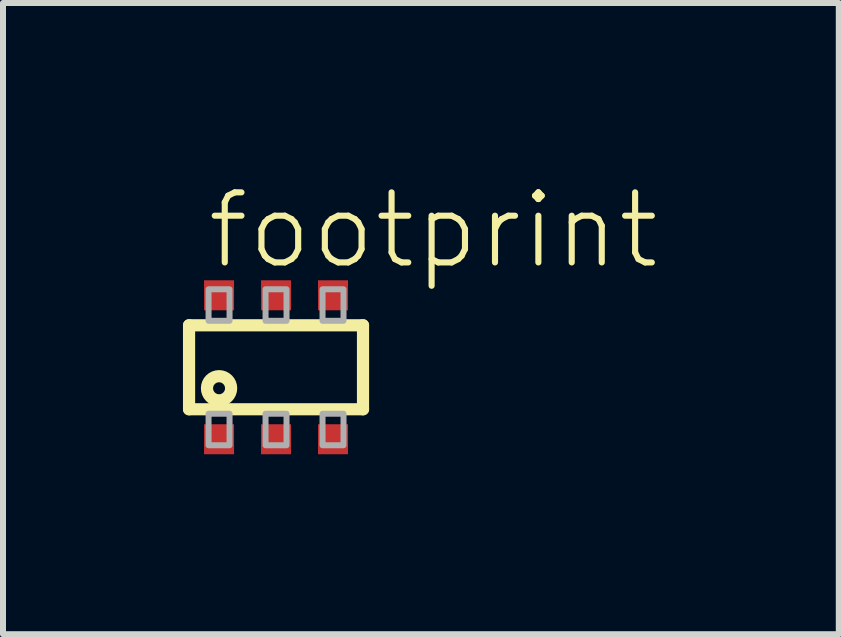
<source format=kicad_pcb>
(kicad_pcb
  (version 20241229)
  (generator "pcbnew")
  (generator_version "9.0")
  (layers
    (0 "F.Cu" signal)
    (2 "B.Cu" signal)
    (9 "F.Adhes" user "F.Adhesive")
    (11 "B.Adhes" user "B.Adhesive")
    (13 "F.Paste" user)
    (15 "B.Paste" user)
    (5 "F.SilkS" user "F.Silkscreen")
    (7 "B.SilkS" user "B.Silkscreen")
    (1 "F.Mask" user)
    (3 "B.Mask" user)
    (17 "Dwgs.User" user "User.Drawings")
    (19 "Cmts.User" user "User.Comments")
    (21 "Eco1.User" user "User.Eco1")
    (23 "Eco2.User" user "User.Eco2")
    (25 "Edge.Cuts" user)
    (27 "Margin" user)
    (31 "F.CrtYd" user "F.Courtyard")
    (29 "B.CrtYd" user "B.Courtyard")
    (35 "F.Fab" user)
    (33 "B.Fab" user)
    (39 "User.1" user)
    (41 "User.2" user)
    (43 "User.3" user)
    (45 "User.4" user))
  (footprint "footprint"
    (layer "F.Cu")
    (at 1.552 3.073)
    (property "Reference" "footprint" (at -1.2 -1.6 0) (layer "F.SilkS") (effects (font (size 1.168 1.168) (thickness 0.102)) (justify left bottom)))
    (fp_line (start -1.45 -0.7) (end -1.45 0.7) (stroke (width 0.203) (type solid)) (layer "F.SilkS"))
    (fp_line (start -1.45 0.7) (end 1.45 0.7) (stroke (width 0.203) (type solid)) (layer "F.SilkS"))
    (fp_line (start 1.45 -0.7) (end -1.45 -0.7) (stroke (width 0.203) (type solid)) (layer "F.SilkS"))
    (fp_line (start 1.45 0.7) (end 1.45 -0.7) (stroke (width 0.203) (type solid)) (layer "F.SilkS"))
    (fp_circle (center -0.95 0.35) (end -0.85 0.35) (stroke (width 0.203) (type solid)) (fill no) (layer "F.SilkS"))
    (fp_poly (pts (xy -1.125 -0.775) (xy -0.775 -0.775) (xy -0.775 -1.3) (xy -1.125 -1.3)) (stroke (width 0.1) (type solid)) (fill no) (layer "F.Fab"))
    (fp_poly (pts (xy -1.125 1.3) (xy -0.775 1.3) (xy -0.775 0.775) (xy -1.125 0.775)) (stroke (width 0.1) (type solid)) (fill no) (layer "F.Fab"))
    (fp_poly (pts (xy -0.175 -0.775) (xy 0.175 -0.775) (xy 0.175 -1.3) (xy -0.175 -1.3)) (stroke (width 0.1) (type solid)) (fill no) (layer "F.Fab"))
    (fp_poly (pts (xy -0.175 1.3) (xy 0.175 1.3) (xy 0.175 0.775) (xy -0.175 0.775)) (stroke (width 0.1) (type solid)) (fill no) (layer "F.Fab"))
    (fp_poly (pts (xy 0.775 -0.775) (xy 1.125 -0.775) (xy 1.125 -1.3) (xy 0.775 -1.3)) (stroke (width 0.1) (type solid)) (fill no) (layer "F.Fab"))
    (fp_poly (pts (xy 0.775 1.3) (xy 1.125 1.3) (xy 1.125 0.775) (xy 0.775 0.775)) (stroke (width 0.1) (type solid)) (fill no) (layer "F.Fab"))
    (pad "1" smd rect (at -0.95 1.2) (size 0.5 0.5) (layers "F.Cu" "F.Mask" "F.Paste"))
    (pad "2" smd rect (at 0 1.2) (size 0.5 0.5) (layers "F.Cu" "F.Mask" "F.Paste"))
    (pad "3" smd rect (at 0.95 1.2) (size 0.5 0.5) (layers "F.Cu" "F.Mask" "F.Paste"))
    (pad "4" smd rect (at 0.95 -1.2) (size 0.5 0.5) (layers "F.Cu" "F.Mask" "F.Paste"))
    (pad "5" smd rect (at 0 -1.2) (size 0.5 0.5) (layers "F.Cu" "F.Mask" "F.Paste"))
    (pad "6" smd rect (at -0.95 -1.2) (size 0.5 0.5) (layers "F.Cu" "F.Mask" "F.Paste")))
  (gr_rect
    (start -3 -3)
    (end 10.934 7.523)
    (stroke (width 0.1) (type default))
    (fill no)
    (layer "Edge.Cuts")))
</source>
